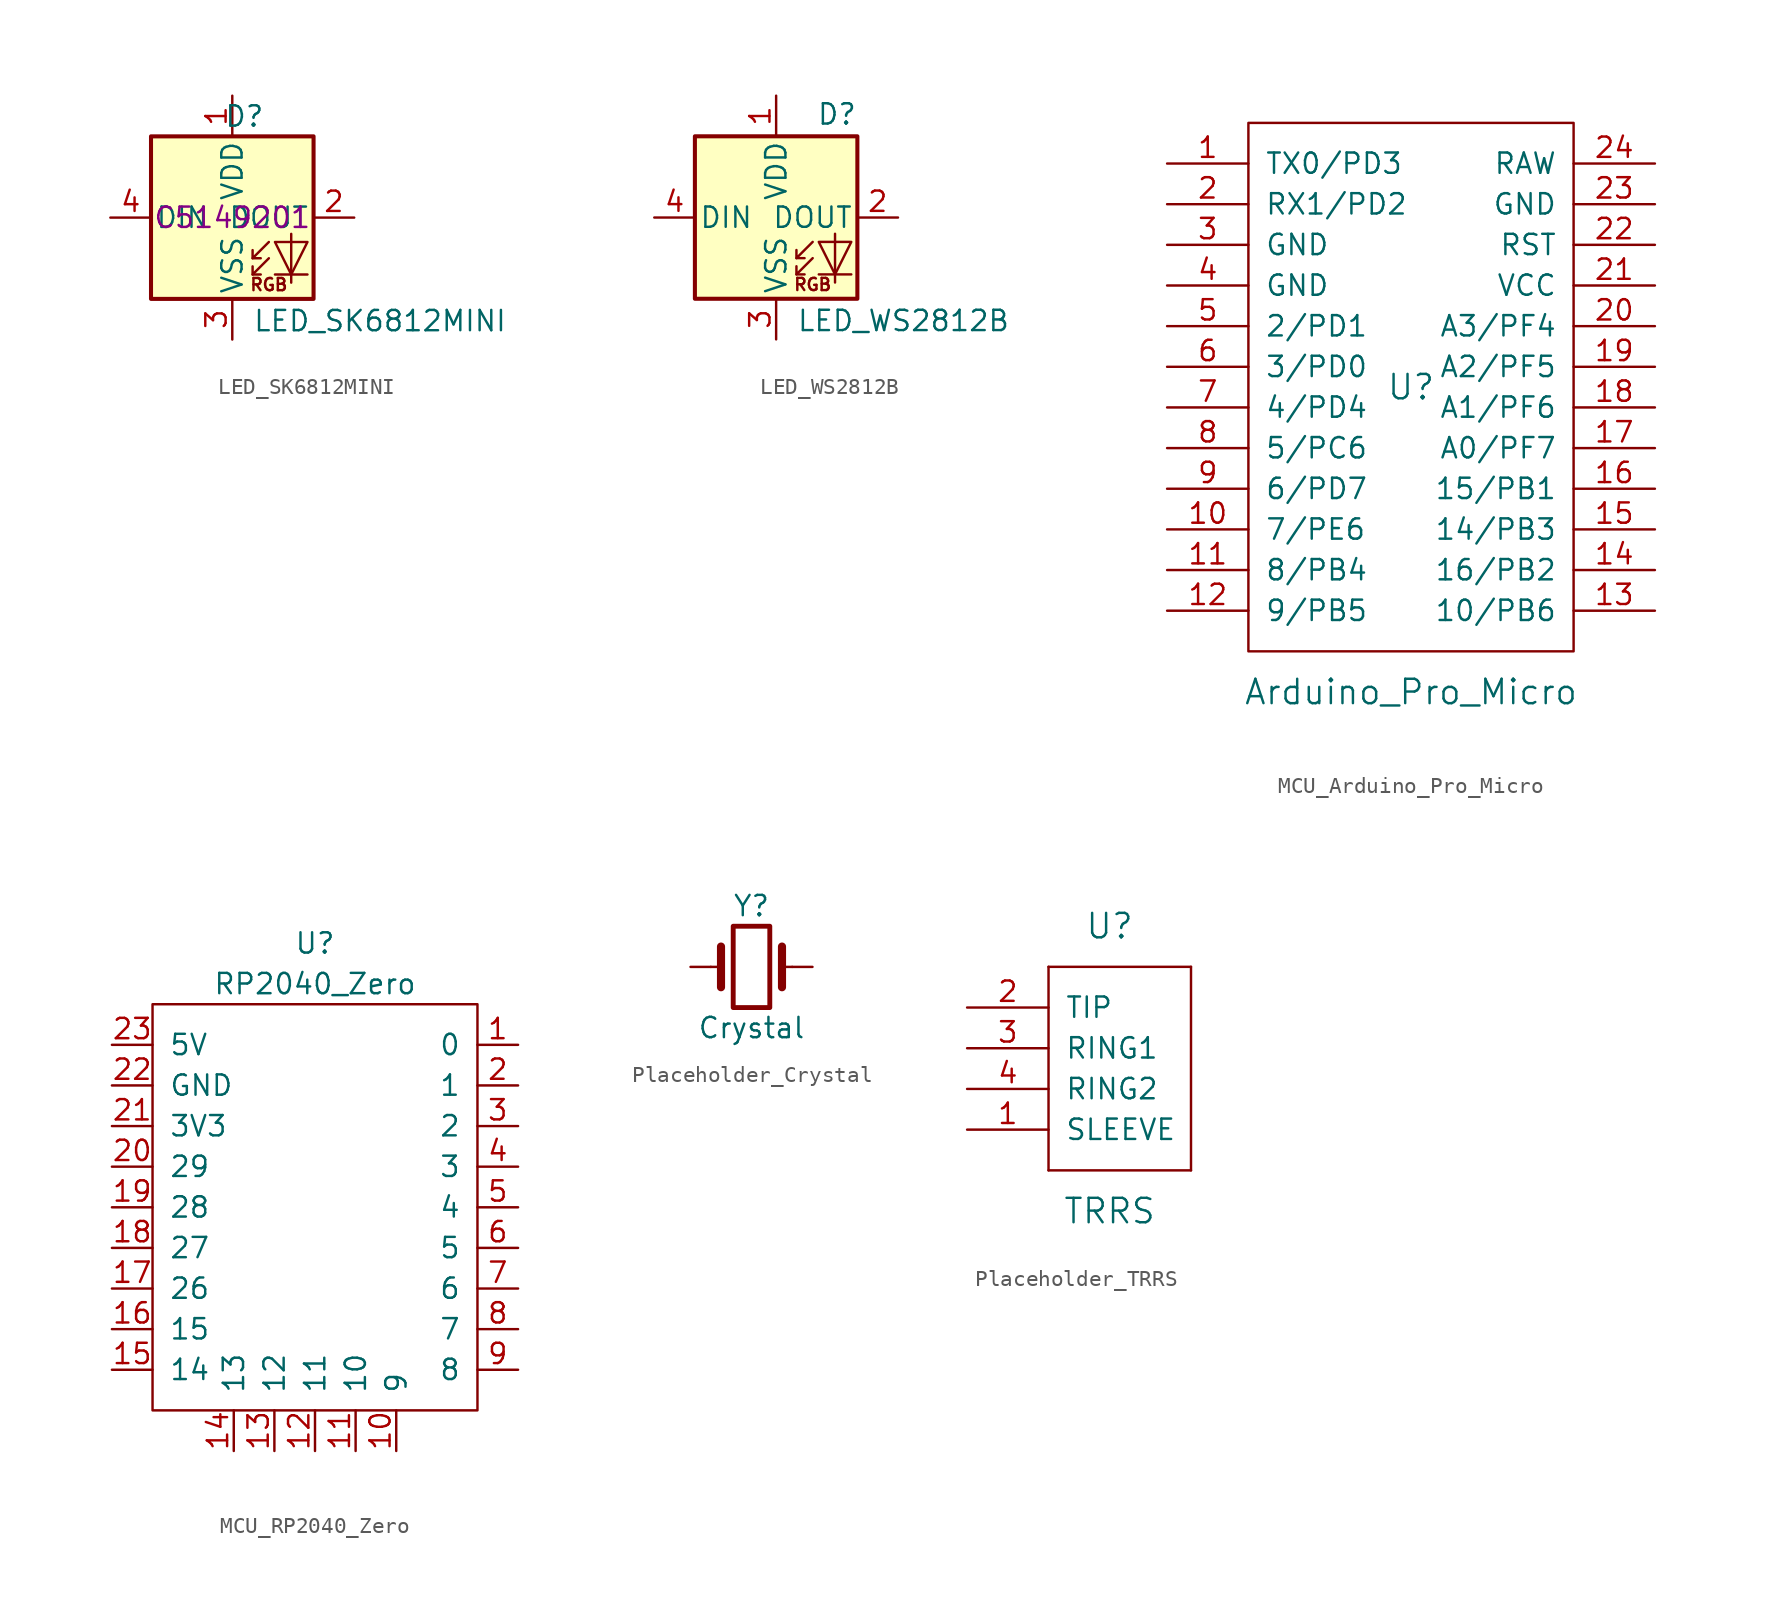
<source format=kicad_sym>
(kicad_symbol_lib
  (version 20241209)
  (generator "kicad_symbol_editor")
  (generator_version "9.0")
  (symbol "LED_SK6812MINI"
    (pin_names
      (offset 0.254))
    (property "Reference" "D"
      (at 2.032 5.588 0)
      (effects (font (size 1.27 1.27)) (justify right bottom)))
    (property "Value" "LED_SK6812MINI"
      (at 1.27 -5.715 0)
      (effects (font (size 1.27 1.27)) (justify left top)))
    (property "LCSC" "C5149201"
      (at 0 0 0)
      (effects (font (size 1.27 1.27))))
    (symbol "LED_SK6812MINI_0_0"
      (text "RGB" (at 2.286 -4.191 0) (effects (font (size 0.762 0.762)))))
    (symbol "LED_SK6812MINI_0_1"
      (rectangle (start -5.08 5.08) (end 5.08 -5.08) (stroke (width 0.254) (type default)) (fill (type background)))
      (polyline (pts (xy 1.27 -2.54) (xy 1.778 -2.54)) (stroke (width 0) (type default)) (fill (type none)))
      (polyline (pts (xy 1.27 -3.556) (xy 1.778 -3.556)) (stroke (width 0) (type default)) (fill (type none)))
      (polyline (pts (xy 2.286 -1.524) (xy 1.27 -2.54) (xy 1.27 -2.032)) (stroke (width 0) (type default)) (fill (type none)))
      (polyline (pts (xy 2.286 -2.54) (xy 1.27 -3.556) (xy 1.27 -3.048)) (stroke (width 0) (type default)) (fill (type none)))
      (polyline (pts (xy 3.683 -1.016) (xy 3.683 -3.556) (xy 3.683 -4.064)) (stroke (width 0) (type default)) (fill (type none)))
      (polyline (pts (xy 4.699 -1.524) (xy 2.667 -1.524) (xy 3.683 -3.556) (xy 4.699 -1.524)) (stroke (width 0) (type default)) (fill (type none)))
      (polyline (pts (xy 4.699 -3.556) (xy 2.667 -3.556)) (stroke (width 0) (type default)) (fill (type none))))
    (symbol "LED_SK6812MINI_1_1"
      (pin input line (at -7.62 0 0) (length 2.54) (name "DIN" (effects (font (size 1.27 1.27)))) (number "4" (effects (font (size 1.27 1.27)))))
      (pin power_in line (at 0 7.62 270) (length 2.54) (name "VDD" (effects (font (size 1.27 1.27)))) (number "1" (effects (font (size 1.27 1.27)))))
      (pin power_in line (at 0 -7.62 90) (length 2.54) (name "VSS" (effects (font (size 1.27 1.27)))) (number "3" (effects (font (size 1.27 1.27)))))
      (pin output line (at 7.62 0 180) (length 2.54) (name "DOUT" (effects (font (size 1.27 1.27)))) (number "2" (effects (font (size 1.27 1.27)))))))
  (symbol "LED_WS2812B"
    (pin_names
      (offset 0.254))
    (property "Reference" "D"
      (at 5.08 5.715 0)
      (effects (font (size 1.27 1.27)) (justify right bottom)))
    (property "Value" "LED_WS2812B"
      (at 1.27 -5.715 0)
      (effects (font (size 1.27 1.27)) (justify left top)))
    (symbol "LED_WS2812B_0_0"
      (text "RGB" (at 2.286 -4.191 0) (effects (font (size 0.762 0.762)))))
    (symbol "LED_WS2812B_0_1"
      (polyline (pts (xy 1.27 -2.54) (xy 1.778 -2.54)) (stroke (width 0) (type default)) (fill (type none)))
      (polyline (pts (xy 1.27 -3.556) (xy 1.778 -3.556)) (stroke (width 0) (type default)) (fill (type none)))
      (polyline (pts (xy 2.286 -1.524) (xy 1.27 -2.54) (xy 1.27 -2.032)) (stroke (width 0) (type default)) (fill (type none)))
      (polyline (pts (xy 2.286 -2.54) (xy 1.27 -3.556) (xy 1.27 -3.048)) (stroke (width 0) (type default)) (fill (type none)))
      (polyline (pts (xy 3.683 -1.016) (xy 3.683 -3.556) (xy 3.683 -4.064)) (stroke (width 0) (type default)) (fill (type none)))
      (polyline (pts (xy 4.699 -1.524) (xy 2.667 -1.524) (xy 3.683 -3.556) (xy 4.699 -1.524)) (stroke (width 0) (type default)) (fill (type none)))
      (polyline (pts (xy 4.699 -3.556) (xy 2.667 -3.556)) (stroke (width 0) (type default)) (fill (type none)))
      (rectangle (start 5.08 5.08) (end -5.08 -5.08) (stroke (width 0.254) (type default)) (fill (type background))))
    (symbol "LED_WS2812B_1_1"
      (pin input line (at -7.62 0 0) (length 2.54) (name "DIN" (effects (font (size 1.27 1.27)))) (number "4" (effects (font (size 1.27 1.27)))))
      (pin power_in line (at 0 7.62 270) (length 2.54) (name "VDD" (effects (font (size 1.27 1.27)))) (number "1" (effects (font (size 1.27 1.27)))))
      (pin power_in line (at 0 -7.62 90) (length 2.54) (name "VSS" (effects (font (size 1.27 1.27)))) (number "3" (effects (font (size 1.27 1.27)))))
      (pin output line (at 7.62 0 180) (length 2.54) (name "DOUT" (effects (font (size 1.27 1.27)))) (number "2" (effects (font (size 1.27 1.27)))))))
  (symbol "MCU_Arduino_Pro_Micro"
    (pin_names
      (offset 1.016))
    (property "Reference" "U"
      (at 0 0 0)
      (effects (font (size 1.524 1.524))))
    (property "Value" "Arduino_Pro_Micro"
      (at 0 -19.05 0)
      (effects (font (size 1.524 1.524))))
    (symbol "MCU_Arduino_Pro_Micro_0_1"
      (rectangle (start -10.16 16.51) (end 10.16 -16.51) (stroke (width 0) (type solid)) (fill (type none))))
    (symbol "MCU_Arduino_Pro_Micro_1_1"
      (pin input line (at -15.24 13.97 0) (length 5.08) (name "TX0/PD3" (effects (font (size 1.27 1.27)))) (number "1" (effects (font (size 1.27 1.27)))))
      (pin input line (at -15.24 11.43 0) (length 5.08) (name "RX1/PD2" (effects (font (size 1.27 1.27)))) (number "2" (effects (font (size 1.27 1.27)))))
      (pin input line (at -15.24 8.89 0) (length 5.08) (name "GND" (effects (font (size 1.27 1.27)))) (number "3" (effects (font (size 1.27 1.27)))))
      (pin input line (at -15.24 6.35 0) (length 5.08) (name "GND" (effects (font (size 1.27 1.27)))) (number "4" (effects (font (size 1.27 1.27)))))
      (pin input line (at -15.24 3.81 0) (length 5.08) (name "2/PD1" (effects (font (size 1.27 1.27)))) (number "5" (effects (font (size 1.27 1.27)))))
      (pin input line (at -15.24 1.27 0) (length 5.08) (name "3/PD0" (effects (font (size 1.27 1.27)))) (number "6" (effects (font (size 1.27 1.27)))))
      (pin input line (at -15.24 -1.27 0) (length 5.08) (name "4/PD4" (effects (font (size 1.27 1.27)))) (number "7" (effects (font (size 1.27 1.27)))))
      (pin input line (at -15.24 -3.81 0) (length 5.08) (name "5/PC6" (effects (font (size 1.27 1.27)))) (number "8" (effects (font (size 1.27 1.27)))))
      (pin input line (at -15.24 -6.35 0) (length 5.08) (name "6/PD7" (effects (font (size 1.27 1.27)))) (number "9" (effects (font (size 1.27 1.27)))))
      (pin input line (at -15.24 -8.89 0) (length 5.08) (name "7/PE6" (effects (font (size 1.27 1.27)))) (number "10" (effects (font (size 1.27 1.27)))))
      (pin input line (at -15.24 -11.43 0) (length 5.08) (name "8/PB4" (effects (font (size 1.27 1.27)))) (number "11" (effects (font (size 1.27 1.27)))))
      (pin input line (at -15.24 -13.97 0) (length 5.08) (name "9/PB5" (effects (font (size 1.27 1.27)))) (number "12" (effects (font (size 1.27 1.27)))))
      (pin input line (at 15.24 13.97 180) (length 5.08) (name "RAW" (effects (font (size 1.27 1.27)))) (number "24" (effects (font (size 1.27 1.27)))))
      (pin input line (at 15.24 11.43 180) (length 5.08) (name "GND" (effects (font (size 1.27 1.27)))) (number "23" (effects (font (size 1.27 1.27)))))
      (pin input line (at 15.24 8.89 180) (length 5.08) (name "RST" (effects (font (size 1.27 1.27)))) (number "22" (effects (font (size 1.27 1.27)))))
      (pin input line (at 15.24 6.35 180) (length 5.08) (name "VCC" (effects (font (size 1.27 1.27)))) (number "21" (effects (font (size 1.27 1.27)))))
      (pin input line (at 15.24 3.81 180) (length 5.08) (name "A3/PF4" (effects (font (size 1.27 1.27)))) (number "20" (effects (font (size 1.27 1.27)))))
      (pin input line (at 15.24 1.27 180) (length 5.08) (name "A2/PF5" (effects (font (size 1.27 1.27)))) (number "19" (effects (font (size 1.27 1.27)))))
      (pin input line (at 15.24 -1.27 180) (length 5.08) (name "A1/PF6" (effects (font (size 1.27 1.27)))) (number "18" (effects (font (size 1.27 1.27)))))
      (pin input line (at 15.24 -3.81 180) (length 5.08) (name "A0/PF7" (effects (font (size 1.27 1.27)))) (number "17" (effects (font (size 1.27 1.27)))))
      (pin input line (at 15.24 -6.35 180) (length 5.08) (name "15/PB1" (effects (font (size 1.27 1.27)))) (number "16" (effects (font (size 1.27 1.27)))))
      (pin input line (at 15.24 -8.89 180) (length 5.08) (name "14/PB3" (effects (font (size 1.27 1.27)))) (number "15" (effects (font (size 1.27 1.27)))))
      (pin input line (at 15.24 -11.43 180) (length 5.08) (name "16/PB2" (effects (font (size 1.27 1.27)))) (number "14" (effects (font (size 1.27 1.27)))))
      (pin input line (at 15.24 -13.97 180) (length 5.08) (name "10/PB6" (effects (font (size 1.27 1.27)))) (number "13" (effects (font (size 1.27 1.27)))))))
  (symbol "MCU_RP2040_Zero"
    (pin_names
      (offset 1.016))
    (property "Reference" "U"
      (at 0 15.24 0)
      (effects (font (size 1.27 1.27))))
    (property "Value" "RP2040_Zero"
      (at 0 12.7 0)
      (effects (font (size 1.27 1.27))))
    (symbol "MCU_RP2040_Zero_0_1"
      (rectangle (start -10.16 11.43) (end 10.16 -13.97) (stroke (width 0) (type default)) (fill (type none))))
    (symbol "MCU_RP2040_Zero_1_1"
      (pin power_out line (at -12.7 8.89 0) (length 2.54) (name "5V" (effects (font (size 1.27 1.27)))) (number "23" (effects (font (size 1.27 1.27)))))
      (pin power_out line (at -12.7 6.35 0) (length 2.54) (name "GND" (effects (font (size 1.27 1.27)))) (number "22" (effects (font (size 1.27 1.27)))))
      (pin power_out line (at -12.7 3.81 0) (length 2.54) (name "3V3" (effects (font (size 1.27 1.27)))) (number "21" (effects (font (size 1.27 1.27)))))
      (pin bidirectional line (at -12.7 1.27 0) (length 2.54) (name "29" (effects (font (size 1.27 1.27)))) (number "20" (effects (font (size 1.27 1.27)))))
      (pin bidirectional line (at -12.7 -1.27 0) (length 2.54) (name "28" (effects (font (size 1.27 1.27)))) (number "19" (effects (font (size 1.27 1.27)))))
      (pin bidirectional line (at -12.7 -3.81 0) (length 2.54) (name "27" (effects (font (size 1.27 1.27)))) (number "18" (effects (font (size 1.27 1.27)))))
      (pin bidirectional line (at -12.7 -6.35 0) (length 2.54) (name "26" (effects (font (size 1.27 1.27)))) (number "17" (effects (font (size 1.27 1.27)))))
      (pin bidirectional line (at -12.7 -8.89 0) (length 2.54) (name "15" (effects (font (size 1.27 1.27)))) (number "16" (effects (font (size 1.27 1.27)))))
      (pin bidirectional line (at -12.7 -11.43 0) (length 2.54) (name "14" (effects (font (size 1.27 1.27)))) (number "15" (effects (font (size 1.27 1.27)))))
      (pin bidirectional line (at -5.08 -16.51 90) (length 2.54) (name "13" (effects (font (size 1.27 1.27)))) (number "14" (effects (font (size 1.27 1.27)))))
      (pin bidirectional line (at -2.54 -16.51 90) (length 2.54) (name "12" (effects (font (size 1.27 1.27)))) (number "13" (effects (font (size 1.27 1.27)))))
      (pin bidirectional line (at 0 -16.51 90) (length 2.54) (name "11" (effects (font (size 1.27 1.27)))) (number "12" (effects (font (size 1.27 1.27)))))
      (pin bidirectional line (at 2.54 -16.51 90) (length 2.54) (name "10" (effects (font (size 1.27 1.27)))) (number "11" (effects (font (size 1.27 1.27)))))
      (pin bidirectional line (at 5.08 -16.51 90) (length 2.54) (name "9" (effects (font (size 1.27 1.27)))) (number "10" (effects (font (size 1.27 1.27)))))
      (pin bidirectional line (at 12.7 8.89 180) (length 2.54) (name "0" (effects (font (size 1.27 1.27)))) (number "1" (effects (font (size 1.27 1.27)))))
      (pin bidirectional line (at 12.7 6.35 180) (length 2.54) (name "1" (effects (font (size 1.27 1.27)))) (number "2" (effects (font (size 1.27 1.27)))))
      (pin bidirectional line (at 12.7 3.81 180) (length 2.54) (name "2" (effects (font (size 1.27 1.27)))) (number "3" (effects (font (size 1.27 1.27)))))
      (pin bidirectional line (at 12.7 1.27 180) (length 2.54) (name "3" (effects (font (size 1.27 1.27)))) (number "4" (effects (font (size 1.27 1.27)))))
      (pin bidirectional line (at 12.7 -1.27 180) (length 2.54) (name "4" (effects (font (size 1.27 1.27)))) (number "5" (effects (font (size 1.27 1.27)))))
      (pin bidirectional line (at 12.7 -3.81 180) (length 2.54) (name "5" (effects (font (size 1.27 1.27)))) (number "6" (effects (font (size 1.27 1.27)))))
      (pin bidirectional line (at 12.7 -6.35 180) (length 2.54) (name "6" (effects (font (size 1.27 1.27)))) (number "7" (effects (font (size 1.27 1.27)))))
      (pin bidirectional line (at 12.7 -8.89 180) (length 2.54) (name "7" (effects (font (size 1.27 1.27)))) (number "8" (effects (font (size 1.27 1.27)))))
      (pin bidirectional line (at 12.7 -11.43 180) (length 2.54) (name "8" (effects (font (size 1.27 1.27)))) (number "9" (effects (font (size 1.27 1.27)))))))
  (symbol "Placeholder_Crystal"
    (pin_numbers
      (hide yes))
    (pin_names
      (offset 1.016)
      (hide yes))
    (property "Reference" "Y"
      (at 0 3.81 0)
      (effects (font (size 1.27 1.27))))
    (property "Value" "Crystal"
      (at 0 -3.81 0)
      (effects (font (size 1.27 1.27))))
    (symbol "Placeholder_Crystal_0_1"
      (polyline (pts (xy -2.54 0) (xy -1.905 0)) (stroke (width 0) (type default)) (fill (type none)))
      (polyline (pts (xy -1.905 -1.27) (xy -1.905 1.27)) (stroke (width 0.508) (type default)) (fill (type none)))
      (rectangle (start -1.143 2.54) (end 1.143 -2.54) (stroke (width 0.305) (type default)) (fill (type none)))
      (polyline (pts (xy 1.905 -1.27) (xy 1.905 1.27)) (stroke (width 0.508) (type default)) (fill (type none)))
      (polyline (pts (xy 2.54 0) (xy 1.905 0)) (stroke (width 0) (type default)) (fill (type none))))
    (symbol "Placeholder_Crystal_1_1"
      (pin passive line (at -3.81 0 0) (length 1.27) (name "1" (effects (font (size 1.27 1.27)))) (number "1" (effects (font (size 1.27 1.27)))))
      (pin passive line (at 3.81 0 180) (length 1.27) (name "2" (effects (font (size 1.27 1.27)))) (number "2" (effects (font (size 1.27 1.27)))))))
  (symbol "Placeholder_TRRS"
    (pin_names
      (offset 1.016))
    (property "Reference" "U"
      (at 0 15.24 0)
      (effects (font (size 1.524 1.524))))
    (property "Value" "TRRS"
      (at 0 -2.54 0)
      (effects (font (size 1.524 1.524))))
    (symbol "Placeholder_TRRS_0_1"
      (rectangle (start -3.81 12.7) (end 5.08 12.7) (stroke (width 0) (type solid)) (fill (type none)))
      (rectangle (start -3.81 0) (end -3.81 12.7) (stroke (width 0) (type solid)) (fill (type none)))
      (rectangle (start -3.81 0) (end 5.08 0) (stroke (width 0) (type solid)) (fill (type none)))
      (rectangle (start 5.08 12.7) (end 5.08 0) (stroke (width 0) (type solid)) (fill (type none))))
    (symbol "Placeholder_TRRS_1_1"
      (pin input line (at -8.89 10.16 0) (length 5.08) (name "TIP" (effects (font (size 1.27 1.27)))) (number "2" (effects (font (size 1.27 1.27)))))
      (pin input line (at -8.89 7.62 0) (length 5.08) (name "RING1" (effects (font (size 1.27 1.27)))) (number "3" (effects (font (size 1.27 1.27)))))
      (pin input line (at -8.89 5.08 0) (length 5.08) (name "RING2" (effects (font (size 1.27 1.27)))) (number "4" (effects (font (size 1.27 1.27)))))
      (pin input line (at -8.89 2.54 0) (length 5.08) (name "SLEEVE" (effects (font (size 1.27 1.27)))) (number "1" (effects (font (size 1.27 1.27))))))))
</source>
